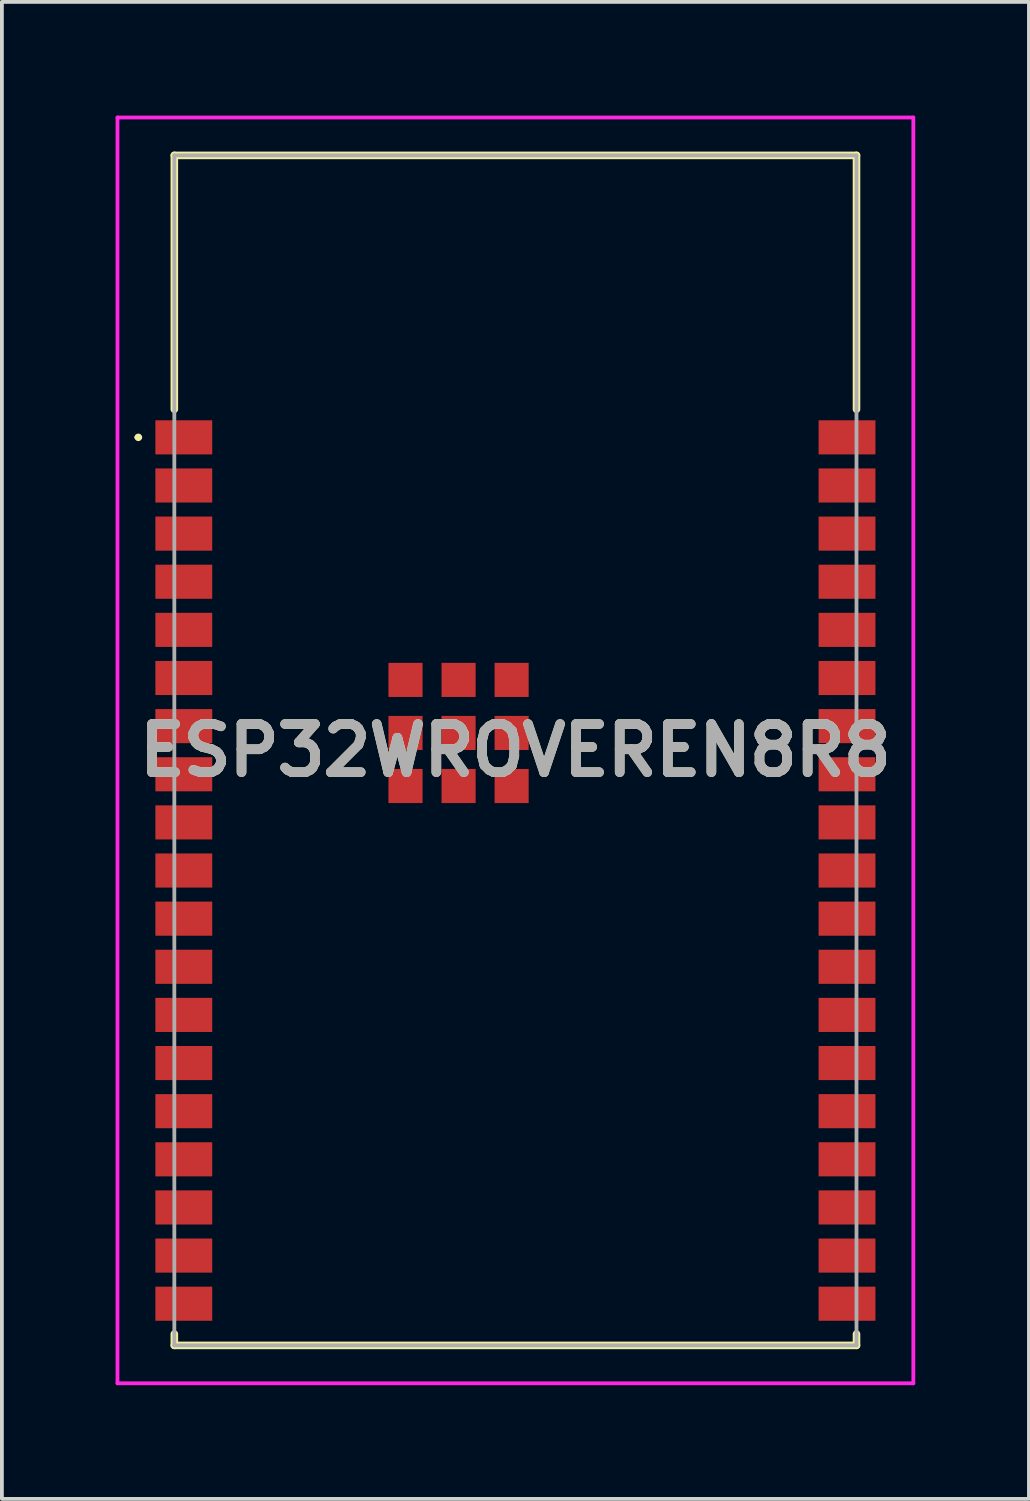
<source format=kicad_pcb>
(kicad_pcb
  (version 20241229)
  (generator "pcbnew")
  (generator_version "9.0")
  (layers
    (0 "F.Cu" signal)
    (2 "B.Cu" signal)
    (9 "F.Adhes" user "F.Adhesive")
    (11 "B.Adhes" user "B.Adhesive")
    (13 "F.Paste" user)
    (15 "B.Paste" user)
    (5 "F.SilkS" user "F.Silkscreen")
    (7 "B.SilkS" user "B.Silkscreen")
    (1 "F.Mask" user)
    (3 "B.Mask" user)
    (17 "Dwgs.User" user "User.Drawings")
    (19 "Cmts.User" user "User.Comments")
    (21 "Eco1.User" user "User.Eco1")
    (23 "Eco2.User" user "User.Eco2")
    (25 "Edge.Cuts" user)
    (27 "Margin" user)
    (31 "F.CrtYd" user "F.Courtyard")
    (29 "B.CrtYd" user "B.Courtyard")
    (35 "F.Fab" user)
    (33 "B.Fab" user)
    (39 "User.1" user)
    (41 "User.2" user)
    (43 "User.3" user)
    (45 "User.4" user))
  (footprint "ESP32WROVEREN8R8"
    (layer "F.Cu")
    (at 10.55 16.75)
    (property "Reference" "ESP32WROVEREN8R8" (at 0 0 0) (layer "F.SilkS") (effects (font (size 1.27 1.27) (thickness 0.254))))
    (attr smd)
    (fp_line (start -10 -8.26) (end -10 -8.26) (stroke (width 0.1) (type solid)) (layer "F.SilkS"))
    (fp_line (start -9.9 -8.26) (end -9.9 -8.26) (stroke (width 0.1) (type solid)) (layer "F.SilkS"))
    (fp_line (start -9 -15.7) (end 9 -15.7) (stroke (width 0.2) (type solid)) (layer "F.SilkS"))
    (fp_line (start -9 -9) (end -9 -15.7) (stroke (width 0.2) (type solid)) (layer "F.SilkS"))
    (fp_line (start -9 15.7) (end -9 15.4) (stroke (width 0.2) (type solid)) (layer "F.SilkS"))
    (fp_line (start 9 -15.7) (end 9 -9) (stroke (width 0.2) (type solid)) (layer "F.SilkS"))
    (fp_line (start 9 15.4) (end 9 15.7) (stroke (width 0.2) (type solid)) (layer "F.SilkS"))
    (fp_line (start 9 15.7) (end -9 15.7) (stroke (width 0.2) (type solid)) (layer "F.SilkS"))
    (fp_arc (start -10 -8.26) (mid -9.95 -8.31) (end -9.9 -8.26) (stroke (width 0.1) (type solid)) (layer "F.SilkS"))
    (fp_arc (start -9.9 -8.26) (mid -9.95 -8.21) (end -10 -8.26) (stroke (width 0.1) (type solid)) (layer "F.SilkS"))
    (fp_line (start -10.5 -16.7) (end 10.5 -16.7) (stroke (width 0.1) (type solid)) (layer "F.CrtYd"))
    (fp_line (start -10.5 16.7) (end -10.5 -16.7) (stroke (width 0.1) (type solid)) (layer "F.CrtYd"))
    (fp_line (start 10.5 -16.7) (end 10.5 16.7) (stroke (width 0.1) (type solid)) (layer "F.CrtYd"))
    (fp_line (start 10.5 16.7) (end -10.5 16.7) (stroke (width 0.1) (type solid)) (layer "F.CrtYd"))
    (fp_line (start -9 -15.7) (end -9 15.7) (stroke (width 0.1) (type solid)) (layer "F.Fab"))
    (fp_line (start -9 15.7) (end 9 15.7) (stroke (width 0.1) (type solid)) (layer "F.Fab"))
    (fp_line (start 9 -15.7) (end -9 -15.7) (stroke (width 0.1) (type solid)) (layer "F.Fab"))
    (fp_line (start 9 15.7) (end 9 -15.7) (stroke (width 0.1) (type solid)) (layer "F.Fab"))
    (fp_text user "${REFERENCE}" (at 0 0 0) (layer "F.Fab") (effects (font (size 1.27 1.27) (thickness 0.254))))
    (pad "1" smd rect (at -8.75 -8.26 90) (size 0.9 1.5) (layers "F.Cu" "F.Mask" "F.Paste"))
    (pad "2" smd rect (at -8.75 -6.99 90) (size 0.9 1.5) (layers "F.Cu" "F.Mask" "F.Paste"))
    (pad "3" smd rect (at -8.75 -5.72 90) (size 0.9 1.5) (layers "F.Cu" "F.Mask" "F.Paste"))
    (pad "4" smd rect (at -8.75 -4.45 90) (size 0.9 1.5) (layers "F.Cu" "F.Mask" "F.Paste"))
    (pad "5" smd rect (at -8.75 -3.18 90) (size 0.9 1.5) (layers "F.Cu" "F.Mask" "F.Paste"))
    (pad "6" smd rect (at -8.75 -1.91 90) (size 0.9 1.5) (layers "F.Cu" "F.Mask" "F.Paste"))
    (pad "7" smd rect (at -8.75 -0.64 90) (size 0.9 1.5) (layers "F.Cu" "F.Mask" "F.Paste"))
    (pad "8" smd rect (at -8.75 0.63 90) (size 0.9 1.5) (layers "F.Cu" "F.Mask" "F.Paste"))
    (pad "9" smd rect (at -8.75 1.9 90) (size 0.9 1.5) (layers "F.Cu" "F.Mask" "F.Paste"))
    (pad "10" smd rect (at -8.75 3.17 90) (size 0.9 1.5) (layers "F.Cu" "F.Mask" "F.Paste"))
    (pad "11" smd rect (at -8.75 4.44 90) (size 0.9 1.5) (layers "F.Cu" "F.Mask" "F.Paste"))
    (pad "12" smd rect (at -8.75 5.71 90) (size 0.9 1.5) (layers "F.Cu" "F.Mask" "F.Paste"))
    (pad "13" smd rect (at -8.75 6.98 90) (size 0.9 1.5) (layers "F.Cu" "F.Mask" "F.Paste"))
    (pad "14" smd rect (at -8.75 8.25 90) (size 0.9 1.5) (layers "F.Cu" "F.Mask" "F.Paste"))
    (pad "15" smd rect (at -8.75 9.52 90) (size 0.9 1.5) (layers "F.Cu" "F.Mask" "F.Paste"))
    (pad "16" smd rect (at -8.75 10.79 90) (size 0.9 1.5) (layers "F.Cu" "F.Mask" "F.Paste"))
    (pad "17" smd rect (at -8.75 12.06 90) (size 0.9 1.5) (layers "F.Cu" "F.Mask" "F.Paste"))
    (pad "18" smd rect (at -8.75 13.33 90) (size 0.9 1.5) (layers "F.Cu" "F.Mask" "F.Paste"))
    (pad "19" smd rect (at -8.75 14.6 90) (size 0.9 1.5) (layers "F.Cu" "F.Mask" "F.Paste"))
    (pad "20" smd rect (at 8.75 14.6 90) (size 0.9 1.5) (layers "F.Cu" "F.Mask" "F.Paste"))
    (pad "21" smd rect (at 8.75 13.33 90) (size 0.9 1.5) (layers "F.Cu" "F.Mask" "F.Paste"))
    (pad "22" smd rect (at 8.75 12.06 90) (size 0.9 1.5) (layers "F.Cu" "F.Mask" "F.Paste"))
    (pad "23" smd rect (at 8.75 10.79 90) (size 0.9 1.5) (layers "F.Cu" "F.Mask" "F.Paste"))
    (pad "24" smd rect (at 8.75 9.52 90) (size 0.9 1.5) (layers "F.Cu" "F.Mask" "F.Paste"))
    (pad "25" smd rect (at 8.75 8.25 90) (size 0.9 1.5) (layers "F.Cu" "F.Mask" "F.Paste"))
    (pad "26" smd rect (at 8.75 6.98 90) (size 0.9 1.5) (layers "F.Cu" "F.Mask" "F.Paste"))
    (pad "27" smd rect (at 8.75 5.71 90) (size 0.9 1.5) (layers "F.Cu" "F.Mask" "F.Paste"))
    (pad "28" smd rect (at 8.75 4.44 90) (size 0.9 1.5) (layers "F.Cu" "F.Mask" "F.Paste"))
    (pad "29" smd rect (at 8.75 3.17 90) (size 0.9 1.5) (layers "F.Cu" "F.Mask" "F.Paste"))
    (pad "30" smd rect (at 8.75 1.9 90) (size 0.9 1.5) (layers "F.Cu" "F.Mask" "F.Paste"))
    (pad "31" smd rect (at 8.75 0.63 90) (size 0.9 1.5) (layers "F.Cu" "F.Mask" "F.Paste"))
    (pad "32" smd rect (at 8.75 -0.64 90) (size 0.9 1.5) (layers "F.Cu" "F.Mask" "F.Paste"))
    (pad "33" smd rect (at 8.75 -1.91 90) (size 0.9 1.5) (layers "F.Cu" "F.Mask" "F.Paste"))
    (pad "34" smd rect (at 8.75 -3.18 90) (size 0.9 1.5) (layers "F.Cu" "F.Mask" "F.Paste"))
    (pad "35" smd rect (at 8.75 -4.45 90) (size 0.9 1.5) (layers "F.Cu" "F.Mask" "F.Paste"))
    (pad "36" smd rect (at 8.75 -5.72 90) (size 0.9 1.5) (layers "F.Cu" "F.Mask" "F.Paste"))
    (pad "37" smd rect (at 8.75 -6.99 90) (size 0.9 1.5) (layers "F.Cu" "F.Mask" "F.Paste"))
    (pad "38" smd rect (at 8.75 -8.26 90) (size 0.9 1.5) (layers "F.Cu" "F.Mask" "F.Paste"))
    (pad "39" smd rect (at -1.5 -0.46 90) (size 0.9 0.9) (layers "F.Cu" "F.Mask" "F.Paste"))
    (pad "40" smd rect (at -2.9 0.94 90) (size 0.9 0.9) (layers "F.Cu" "F.Mask" "F.Paste"))
    (pad "41" smd rect (at -1.5 0.94 90) (size 0.9 0.9) (layers "F.Cu" "F.Mask" "F.Paste"))
    (pad "42" smd rect (at -0.1 0.94 90) (size 0.9 0.9) (layers "F.Cu" "F.Mask" "F.Paste"))
    (pad "43" smd rect (at -0.1 -0.46 90) (size 0.9 0.9) (layers "F.Cu" "F.Mask" "F.Paste"))
    (pad "44" smd rect (at -0.1 -1.86 90) (size 0.9 0.9) (layers "F.Cu" "F.Mask" "F.Paste"))
    (pad "45" smd rect (at -1.5 -1.86 90) (size 0.9 0.9) (layers "F.Cu" "F.Mask" "F.Paste"))
    (pad "46" smd rect (at -2.9 -1.86 90) (size 0.9 0.9) (layers "F.Cu" "F.Mask" "F.Paste"))
    (pad "47" smd rect (at -2.9 -0.46 90) (size 0.9 0.9) (layers "F.Cu" "F.Mask" "F.Paste")))
  (gr_rect
    (start -3 -3)
    (end 24.1 36.5)
    (stroke (width 0.1) (type default))
    (fill no)
    (layer "Edge.Cuts")))
</source>
